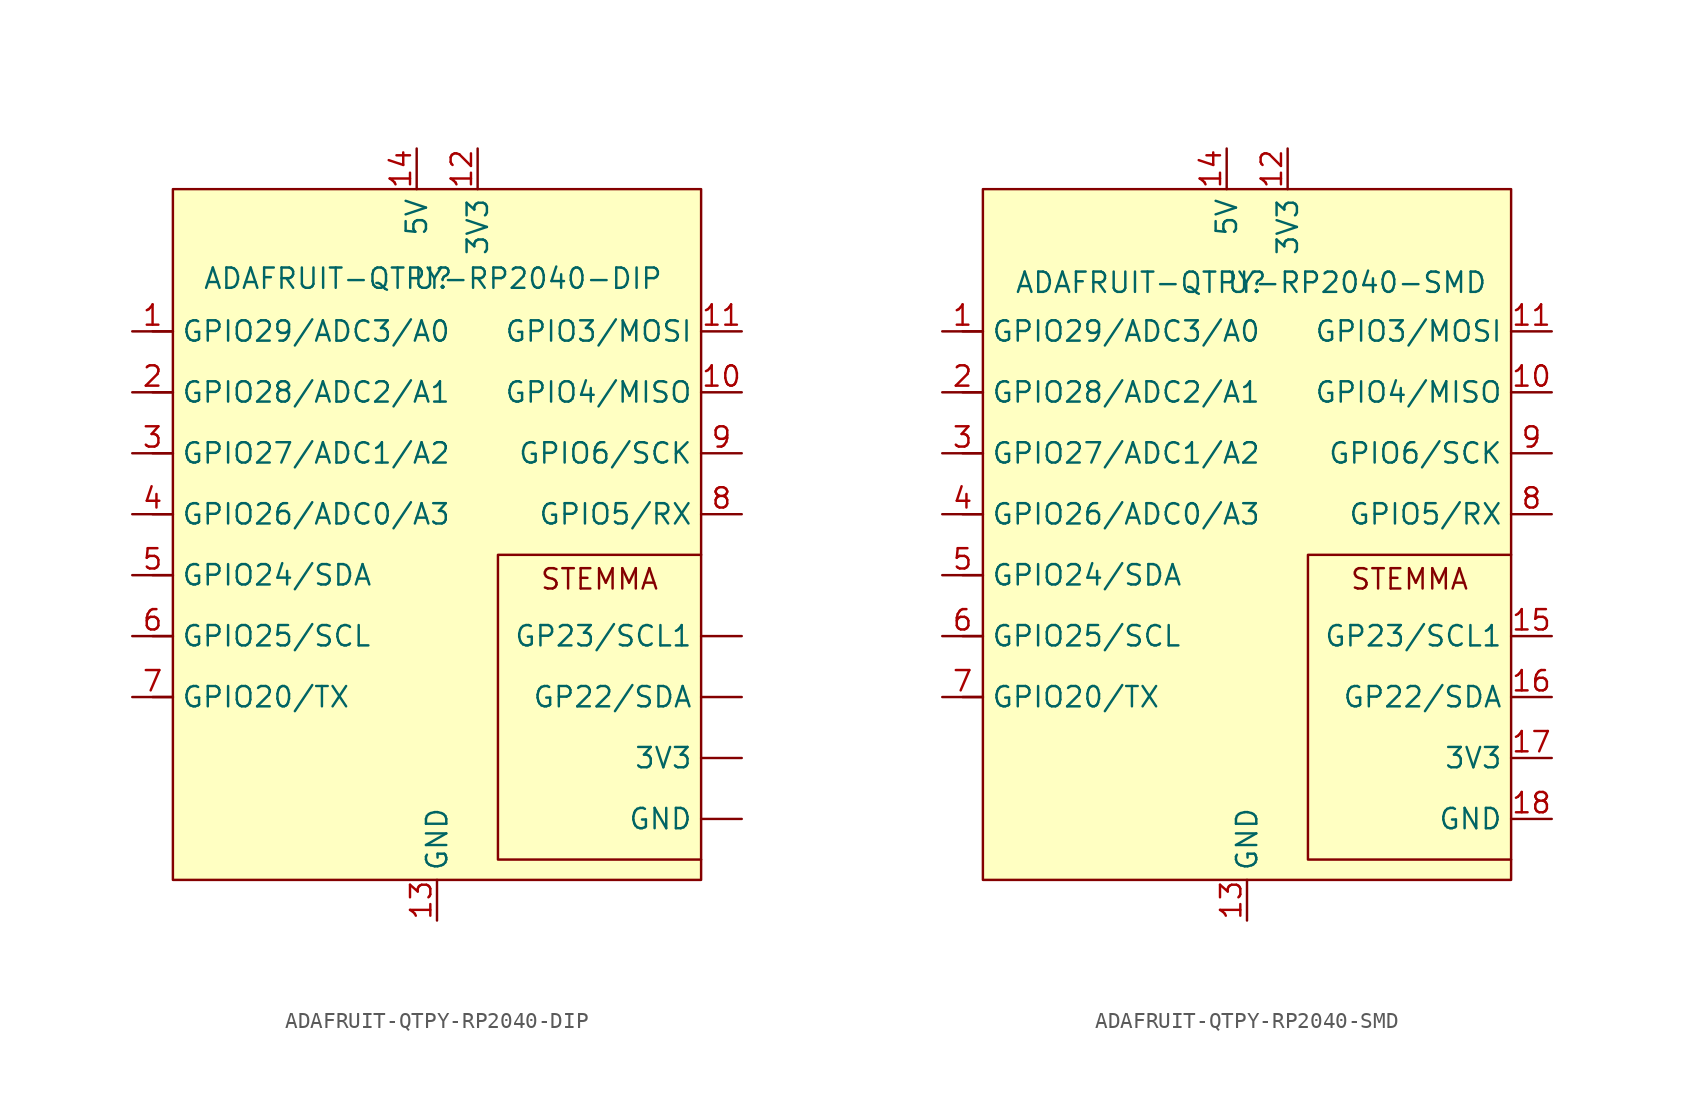
<source format=kicad_sym>
(kicad_symbol_lib
  (version 20231120)
  (generator "kicad_symbol_editor")
  (generator_version "8.0")
  (symbol "ADAFRUIT-QTPY-RP2040-DIP"
    (property "Reference" "U"
      (at -0.254 14.732 0)
      (effects (font (size 1.27 1.27))))
    (property "Value" "ADAFRUIT-QTPY-RP2040-DIP"
      (at -0.254 14.732 0)
      (effects (font (size 1.27 1.27))))
    (symbol "ADAFRUIT-QTPY-RP2040-DIP_0_1"
      (polyline (pts (xy 16.51 -2.54) (xy 3.81 -2.54) (xy 3.81 -21.59) (xy 16.51 -21.59)) (stroke (width 0) (type default)) (fill (type none))))
    (symbol "ADAFRUIT-QTPY-RP2040-DIP_1_0"
      (polyline (pts (xy -16.51 -11.43) (xy -17.78 -11.43)) (stroke (width 0.152) (type solid)) (fill (type none)))
      (polyline (pts (xy -16.51 -7.62) (xy -17.78 -7.62)) (stroke (width 0.152) (type solid)) (fill (type none)))
      (polyline (pts (xy -16.51 -3.81) (xy -17.78 -3.81)) (stroke (width 0.152) (type solid)) (fill (type none)))
      (polyline (pts (xy -16.51 0) (xy -17.78 0)) (stroke (width 0.152) (type solid)) (fill (type none)))
      (polyline (pts (xy -16.51 3.81) (xy -17.78 3.81)) (stroke (width 0.152) (type solid)) (fill (type none)))
      (polyline (pts (xy -16.51 7.62) (xy -17.78 7.62)) (stroke (width 0.152) (type solid)) (fill (type none)))
      (polyline (pts (xy -16.51 11.43) (xy -17.78 11.43)) (stroke (width 0.152) (type solid)) (fill (type none)))
      (pin power_out line (at 19.05 -15.24 180) (length 2.54) (name "3V3" (effects (font (size 1.27 1.27)))) (number "" (effects (font (size 1.27 1.27)))))
      (pin power_out line (at 19.05 -19.05 180) (length 2.54) (name "GND" (effects (font (size 1.27 1.27)))) (number "" (effects (font (size 1.27 1.27)))))
      (pin bidirectional line (at 19.05 -11.43 180) (length 2.54) (name "GP22/SDA" (effects (font (size 1.27 1.27)))) (number "" (effects (font (size 1.27 1.27)))))
      (pin bidirectional line (at 19.05 -7.62 180) (length 2.54) (name "GP23/SCL1" (effects (font (size 1.27 1.27)))) (number "" (effects (font (size 1.27 1.27)))))
      (pin bidirectional line (at -19.05 11.43 0) (length 2.54) (name "GPIO29/ADC3/A0" (effects (font (size 1.27 1.27)))) (number "1" (effects (font (size 1.27 1.27)))))
      (pin bidirectional line (at 19.05 7.62 180) (length 2.54) (name "GPIO4/MISO" (effects (font (size 1.27 1.27)))) (number "10" (effects (font (size 1.27 1.27)))))
      (pin bidirectional line (at 19.05 11.43 180) (length 2.54) (name "GPIO3/MOSI" (effects (font (size 1.27 1.27)))) (number "11" (effects (font (size 1.27 1.27)))))
      (pin power_out line (at 2.54 22.86 270) (length 2.54) (name "3V3" (effects (font (size 1.27 1.27)))) (number "12" (effects (font (size 1.27 1.27)))))
      (pin power_out line (at 0 -25.4 90) (length 2.54) (name "GND" (effects (font (size 1.27 1.27)))) (number "13" (effects (font (size 1.27 1.27)))))
      (pin power_out line (at -1.27 22.86 270) (length 2.54) (name "5V" (effects (font (size 1.27 1.27)))) (number "14" (effects (font (size 1.27 1.27)))))
      (pin bidirectional line (at -19.05 7.62 0) (length 2.54) (name "GPIO28/ADC2/A1" (effects (font (size 1.27 1.27)))) (number "2" (effects (font (size 1.27 1.27)))))
      (pin bidirectional line (at -19.05 3.81 0) (length 2.54) (name "GPIO27/ADC1/A2" (effects (font (size 1.27 1.27)))) (number "3" (effects (font (size 1.27 1.27)))))
      (pin bidirectional line (at -19.05 0 0) (length 2.54) (name "GPIO26/ADC0/A3" (effects (font (size 1.27 1.27)))) (number "4" (effects (font (size 1.27 1.27)))))
      (pin bidirectional line (at -19.05 -3.81 0) (length 2.54) (name "GPIO24/SDA" (effects (font (size 1.27 1.27)))) (number "5" (effects (font (size 1.27 1.27)))))
      (pin bidirectional line (at -19.05 -7.62 0) (length 2.54) (name "GPIO25/SCL" (effects (font (size 1.27 1.27)))) (number "6" (effects (font (size 1.27 1.27)))))
      (pin bidirectional line (at -19.05 -11.43 0) (length 2.54) (name "GPIO20/TX" (effects (font (size 1.27 1.27)))) (number "7" (effects (font (size 1.27 1.27)))))
      (pin bidirectional line (at 19.05 0 180) (length 2.54) (name "GPIO5/RX" (effects (font (size 1.27 1.27)))) (number "8" (effects (font (size 1.27 1.27)))))
      (pin bidirectional line (at 19.05 3.81 180) (length 2.54) (name "GPIO6/SCK" (effects (font (size 1.27 1.27)))) (number "9" (effects (font (size 1.27 1.27))))))
    (symbol "ADAFRUIT-QTPY-RP2040-DIP_1_1"
      (rectangle (start -16.51 20.32) (end 16.51 -22.86) (stroke (width 0) (type default)) (fill (type background)))
      (text "STEMMA" (at 10.16 -4.064 0) (effects (font (size 1.27 1.27))))))
  (symbol "ADAFRUIT-QTPY-RP2040-SMD"
    (property "Reference" "U"
      (at 0 14.478 0)
      (effects (font (size 1.27 1.27))))
    (property "Value" "ADAFRUIT-QTPY-RP2040-SMD"
      (at 0.254 14.478 0)
      (effects (font (size 1.27 1.27))))
    (symbol "ADAFRUIT-QTPY-RP2040-SMD_0_1"
      (polyline (pts (xy 16.51 -2.54) (xy 3.81 -2.54) (xy 3.81 -21.59) (xy 16.51 -21.59)) (stroke (width 0) (type default)) (fill (type none))))
    (symbol "ADAFRUIT-QTPY-RP2040-SMD_1_0"
      (polyline (pts (xy -16.51 -11.43) (xy -17.78 -11.43)) (stroke (width 0.152) (type solid)) (fill (type none)))
      (polyline (pts (xy -16.51 -7.62) (xy -17.78 -7.62)) (stroke (width 0.152) (type solid)) (fill (type none)))
      (polyline (pts (xy -16.51 -3.81) (xy -17.78 -3.81)) (stroke (width 0.152) (type solid)) (fill (type none)))
      (polyline (pts (xy -16.51 0) (xy -17.78 0)) (stroke (width 0.152) (type solid)) (fill (type none)))
      (polyline (pts (xy -16.51 3.81) (xy -17.78 3.81)) (stroke (width 0.152) (type solid)) (fill (type none)))
      (polyline (pts (xy -16.51 7.62) (xy -17.78 7.62)) (stroke (width 0.152) (type solid)) (fill (type none)))
      (polyline (pts (xy -16.51 11.43) (xy -17.78 11.43)) (stroke (width 0.152) (type solid)) (fill (type none)))
      (pin bidirectional line (at -19.05 11.43 0) (length 2.54) (name "GPIO29/ADC3/A0" (effects (font (size 1.27 1.27)))) (number "1" (effects (font (size 1.27 1.27)))))
      (pin bidirectional line (at 19.05 7.62 180) (length 2.54) (name "GPIO4/MISO" (effects (font (size 1.27 1.27)))) (number "10" (effects (font (size 1.27 1.27)))))
      (pin bidirectional line (at 19.05 11.43 180) (length 2.54) (name "GPIO3/MOSI" (effects (font (size 1.27 1.27)))) (number "11" (effects (font (size 1.27 1.27)))))
      (pin power_out line (at 2.54 22.86 270) (length 2.54) (name "3V3" (effects (font (size 1.27 1.27)))) (number "12" (effects (font (size 1.27 1.27)))))
      (pin power_out line (at 0 -25.4 90) (length 2.54) (name "GND" (effects (font (size 1.27 1.27)))) (number "13" (effects (font (size 1.27 1.27)))))
      (pin power_out line (at -1.27 22.86 270) (length 2.54) (name "5V" (effects (font (size 1.27 1.27)))) (number "14" (effects (font (size 1.27 1.27)))))
      (pin bidirectional line (at 19.05 -7.62 180) (length 2.54) (name "GP23/SCL1" (effects (font (size 1.27 1.27)))) (number "15" (effects (font (size 1.27 1.27)))))
      (pin bidirectional line (at 19.05 -11.43 180) (length 2.54) (name "GP22/SDA" (effects (font (size 1.27 1.27)))) (number "16" (effects (font (size 1.27 1.27)))))
      (pin power_out line (at 19.05 -15.24 180) (length 2.54) (name "3V3" (effects (font (size 1.27 1.27)))) (number "17" (effects (font (size 1.27 1.27)))))
      (pin power_out line (at 19.05 -19.05 180) (length 2.54) (name "GND" (effects (font (size 1.27 1.27)))) (number "18" (effects (font (size 1.27 1.27)))))
      (pin bidirectional line (at -19.05 7.62 0) (length 2.54) (name "GPIO28/ADC2/A1" (effects (font (size 1.27 1.27)))) (number "2" (effects (font (size 1.27 1.27)))))
      (pin bidirectional line (at -19.05 3.81 0) (length 2.54) (name "GPIO27/ADC1/A2" (effects (font (size 1.27 1.27)))) (number "3" (effects (font (size 1.27 1.27)))))
      (pin bidirectional line (at -19.05 0 0) (length 2.54) (name "GPIO26/ADC0/A3" (effects (font (size 1.27 1.27)))) (number "4" (effects (font (size 1.27 1.27)))))
      (pin bidirectional line (at -19.05 -3.81 0) (length 2.54) (name "GPIO24/SDA" (effects (font (size 1.27 1.27)))) (number "5" (effects (font (size 1.27 1.27)))))
      (pin bidirectional line (at -19.05 -7.62 0) (length 2.54) (name "GPIO25/SCL" (effects (font (size 1.27 1.27)))) (number "6" (effects (font (size 1.27 1.27)))))
      (pin bidirectional line (at -19.05 -11.43 0) (length 2.54) (name "GPIO20/TX" (effects (font (size 1.27 1.27)))) (number "7" (effects (font (size 1.27 1.27)))))
      (pin bidirectional line (at 19.05 0 180) (length 2.54) (name "GPIO5/RX" (effects (font (size 1.27 1.27)))) (number "8" (effects (font (size 1.27 1.27)))))
      (pin bidirectional line (at 19.05 3.81 180) (length 2.54) (name "GPIO6/SCK" (effects (font (size 1.27 1.27)))) (number "9" (effects (font (size 1.27 1.27))))))
    (symbol "ADAFRUIT-QTPY-RP2040-SMD_1_1"
      (rectangle (start -16.51 20.32) (end 16.51 -22.86) (stroke (width 0) (type default)) (fill (type background)))
      (text "STEMMA" (at 10.16 -4.064 0) (effects (font (size 1.27 1.27)))))))
</source>
